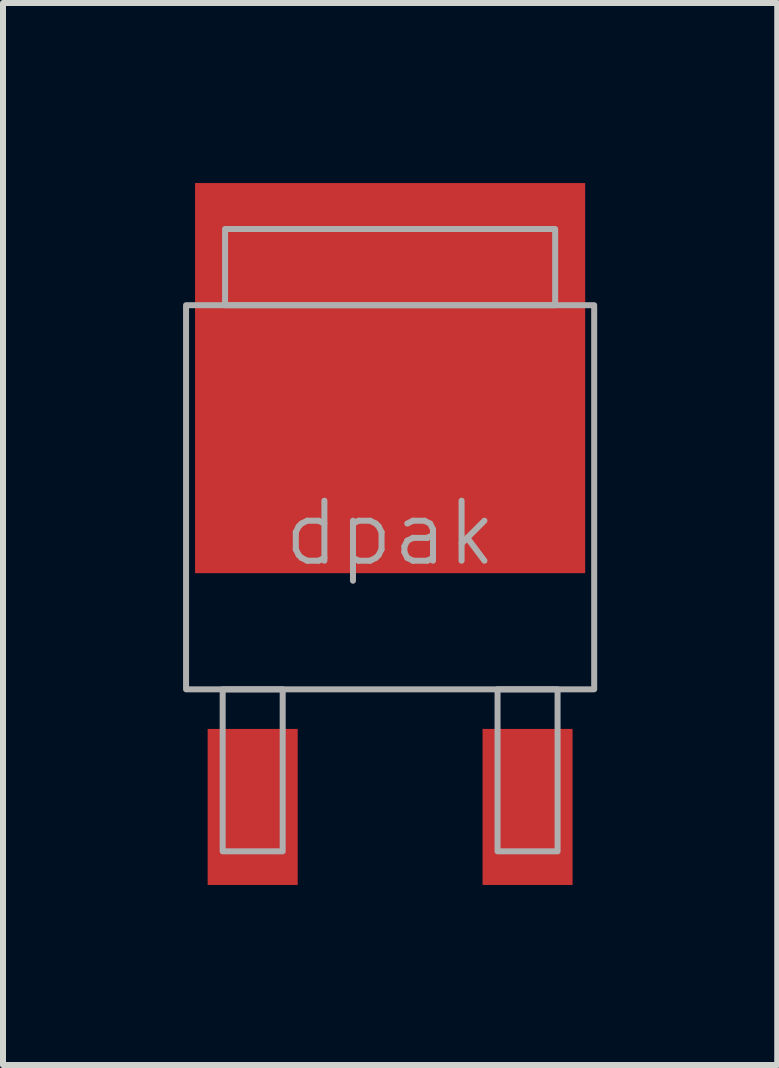
<source format=kicad_pcb>
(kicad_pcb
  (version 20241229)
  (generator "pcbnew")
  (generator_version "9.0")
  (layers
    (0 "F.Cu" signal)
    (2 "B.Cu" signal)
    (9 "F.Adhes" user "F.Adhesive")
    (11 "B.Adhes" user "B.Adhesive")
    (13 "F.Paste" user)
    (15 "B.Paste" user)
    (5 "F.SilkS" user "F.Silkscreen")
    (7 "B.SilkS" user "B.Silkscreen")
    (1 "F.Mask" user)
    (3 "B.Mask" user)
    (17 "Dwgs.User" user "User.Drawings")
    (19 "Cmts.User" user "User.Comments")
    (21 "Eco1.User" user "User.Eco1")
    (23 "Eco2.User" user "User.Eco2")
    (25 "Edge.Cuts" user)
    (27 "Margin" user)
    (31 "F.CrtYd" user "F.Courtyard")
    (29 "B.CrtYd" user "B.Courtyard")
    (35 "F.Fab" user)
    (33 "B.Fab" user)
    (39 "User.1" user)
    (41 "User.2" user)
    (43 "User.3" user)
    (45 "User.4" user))
  (footprint "dpak"
    (layer "F.Cu")
    (at 3.45 5.835)
    (property "Reference" "dpak" (at 0 0 0) (unlocked yes) (layer "F.Fab") (effects (font (size 1 1) (thickness 0.1))))
    (attr smd)
    (fp_rect (start -3.4 2.6) (end 3.4 -3.8) (stroke (width 0.1) (type default)) (fill no) (layer "F.Fab"))
    (fp_rect (start -2.79 2.6) (end -1.79 5.3) (stroke (width 0.1) (type default)) (fill no) (layer "F.Fab"))
    (fp_rect (start -2.75 -3.8) (end 2.75 -5.07) (stroke (width 0.1) (type default)) (fill no) (layer "F.Fab"))
    (fp_rect (start 2.79 5.3) (end 1.79 2.6) (stroke (width 0.1) (type default)) (fill no) (layer "F.Fab"))
    (pad "1" smd rect (at -2.29 4.56) (size 1.5 2.6) (layers "F.Cu" "F.Mask" "F.Paste"))
    (pad "2" smd rect (at 2.29 4.56) (size 1.5 2.6) (layers "F.Cu" "F.Mask" "F.Paste"))
    (pad "3" smd rect (at 0 -2.585) (size 6.5 6.5) (layers "F.Cu" "F.Mask" "F.Paste")))
  (gr_rect
    (start -3 -3)
    (end 9.9 14.695)
    (stroke (width 0.1) (type default))
    (fill no)
    (layer "Edge.Cuts")))
</source>
